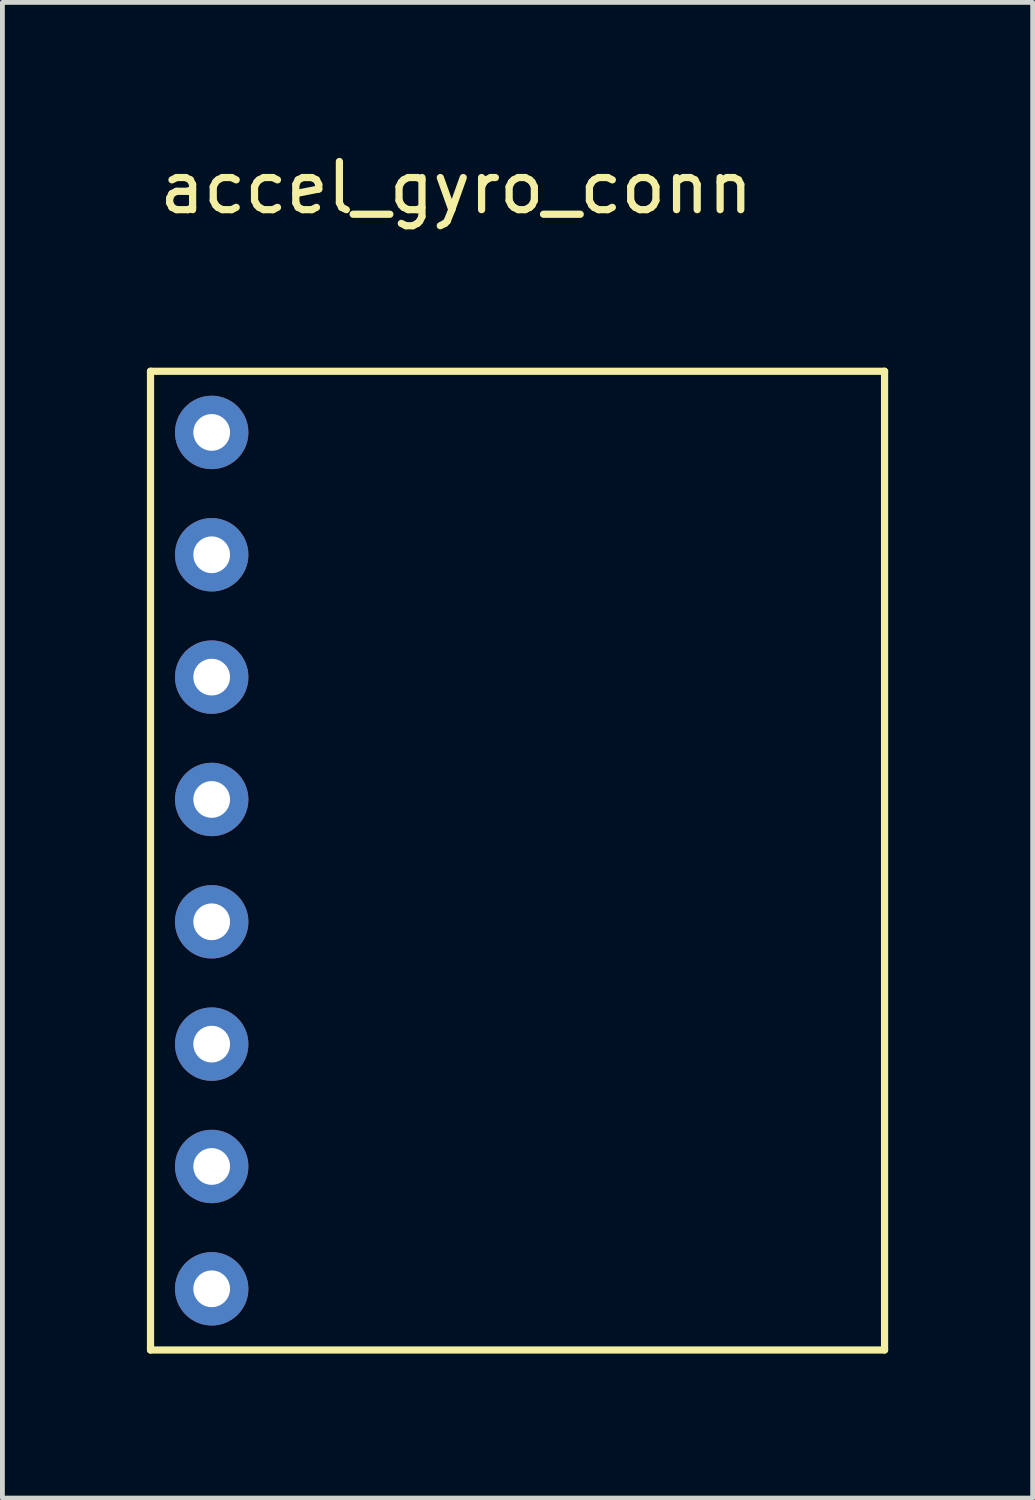
<source format=kicad_pcb>
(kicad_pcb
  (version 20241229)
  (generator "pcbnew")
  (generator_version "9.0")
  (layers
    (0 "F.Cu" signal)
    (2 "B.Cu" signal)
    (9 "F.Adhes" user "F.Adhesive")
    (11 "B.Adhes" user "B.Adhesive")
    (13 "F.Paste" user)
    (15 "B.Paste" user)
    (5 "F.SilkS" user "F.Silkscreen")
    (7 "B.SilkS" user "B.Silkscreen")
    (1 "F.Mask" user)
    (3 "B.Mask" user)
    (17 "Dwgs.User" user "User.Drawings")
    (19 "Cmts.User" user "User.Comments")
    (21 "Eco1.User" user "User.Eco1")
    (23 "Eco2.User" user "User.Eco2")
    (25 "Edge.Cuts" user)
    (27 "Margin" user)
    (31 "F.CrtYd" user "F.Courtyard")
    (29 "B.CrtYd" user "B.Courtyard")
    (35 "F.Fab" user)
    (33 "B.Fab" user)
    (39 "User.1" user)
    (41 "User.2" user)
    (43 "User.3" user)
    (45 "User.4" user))
  (footprint "accel_gyro_conn"
    (layer "F.Cu")
    (at 6.425 3.388)
    (property "Reference" "accel_gyro_conn" (at 0 -2.54 0) (layer "F.SilkS") (effects (font (size 1 1) (thickness 0.15))))
    (attr through_hole)
    (fp_line (start -6.35 1.27) (end -6.35 21.59) (stroke (width 0.15) (type solid)) (layer "F.SilkS"))
    (fp_line (start -6.35 21.59) (end 8.89 21.59) (stroke (width 0.15) (type solid)) (layer "F.SilkS"))
    (fp_line (start 8.89 1.27) (end -6.35 1.27) (stroke (width 0.15) (type solid)) (layer "F.SilkS"))
    (fp_line (start 8.89 21.59) (end 8.89 1.27) (stroke (width 0.15) (type solid)) (layer "F.SilkS"))
    (pad "1" thru_hole circle (at -5.08 2.54) (size 1.524 1.524) (drill 0.762) (layers "*.Cu" "*.Mask"))
    (pad "2" thru_hole circle (at -5.08 5.08) (size 1.524 1.524) (drill 0.762) (layers "*.Cu" "*.Mask"))
    (pad "3" thru_hole circle (at -5.08 7.62) (size 1.524 1.524) (drill 0.762) (layers "*.Cu" "*.Mask"))
    (pad "4" thru_hole circle (at -5.08 10.16) (size 1.524 1.524) (drill 0.762) (layers "*.Cu" "*.Mask"))
    (pad "5" thru_hole circle (at -5.08 12.7) (size 1.524 1.524) (drill 0.762) (layers "*.Cu" "*.Mask"))
    (pad "6" thru_hole circle (at -5.08 15.24) (size 1.524 1.524) (drill 0.762) (layers "*.Cu" "*.Mask"))
    (pad "7" thru_hole circle (at -5.08 17.78) (size 1.524 1.524) (drill 0.762) (layers "*.Cu" "*.Mask"))
    (pad "8" thru_hole circle (at -5.08 20.32) (size 1.524 1.524) (drill 0.762) (layers "*.Cu" "*.Mask")))
  (gr_rect
    (start -3 -3)
    (end 18.39 28.053)
    (stroke (width 0.1) (type default))
    (fill no)
    (layer "Edge.Cuts")))
</source>
